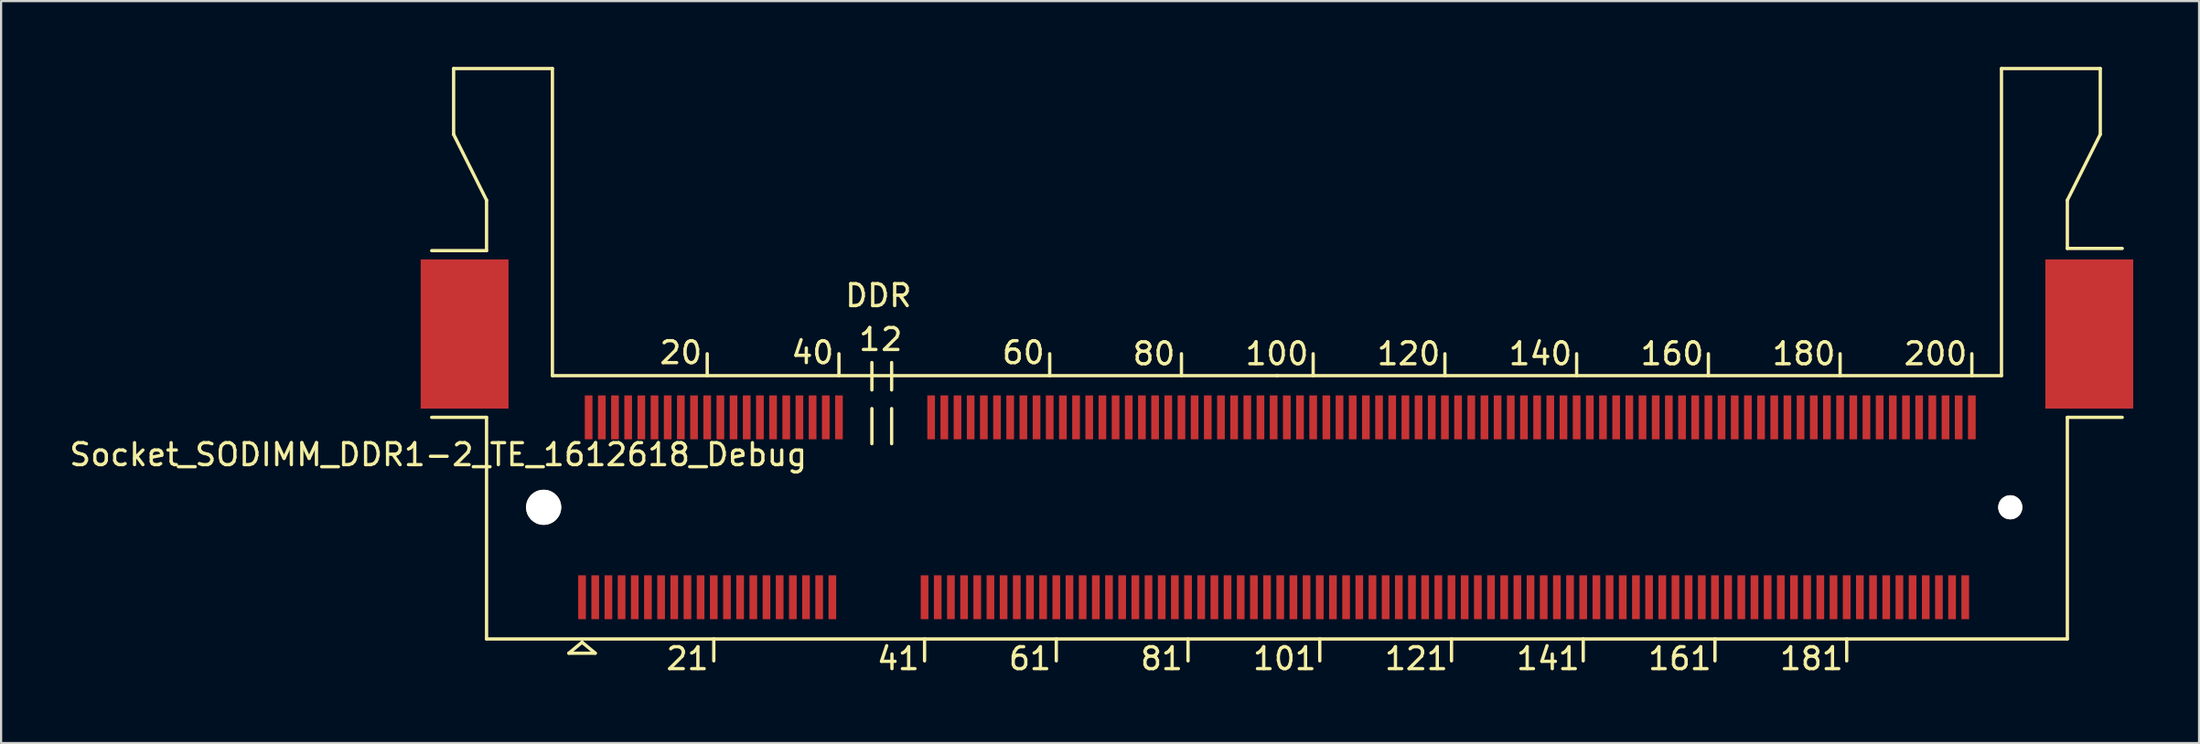
<source format=kicad_pcb>
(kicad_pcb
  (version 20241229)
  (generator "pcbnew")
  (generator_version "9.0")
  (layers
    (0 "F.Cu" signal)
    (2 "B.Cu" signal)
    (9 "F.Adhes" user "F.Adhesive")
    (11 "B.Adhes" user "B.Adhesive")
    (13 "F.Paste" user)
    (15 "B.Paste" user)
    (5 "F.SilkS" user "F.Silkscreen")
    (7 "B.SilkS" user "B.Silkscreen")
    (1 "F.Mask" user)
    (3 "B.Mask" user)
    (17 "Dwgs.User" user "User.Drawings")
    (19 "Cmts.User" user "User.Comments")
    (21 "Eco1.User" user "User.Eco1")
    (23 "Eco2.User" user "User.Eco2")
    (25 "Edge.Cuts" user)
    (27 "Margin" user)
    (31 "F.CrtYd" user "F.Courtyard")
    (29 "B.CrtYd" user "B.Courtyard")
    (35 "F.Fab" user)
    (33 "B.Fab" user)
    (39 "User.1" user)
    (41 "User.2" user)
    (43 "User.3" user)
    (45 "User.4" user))
  (footprint "Socket_SODIMM_DDR1-2_TE_1612618_Debug"
    (layer "F.Cu")
    (at 55.111 20.075)
    (property "Reference" "Socket_SODIMM_DDR1-2_TE_1612618_Debug" (at -38.2 -2.4 0) (layer "F.SilkS") (effects (font (size 1 1) (thickness 0.15))))
    (attr smd)
    (fp_line (start -37.5 -20) (end -37.5 -17) (stroke (width 0.15) (type solid)) (layer "F.SilkS"))
    (fp_line (start -37.5 -17) (end -36 -14) (stroke (width 0.15) (type solid)) (layer "F.SilkS"))
    (fp_line (start -36 -14) (end -36 -11.7) (stroke (width 0.15) (type solid)) (layer "F.SilkS"))
    (fp_line (start -36 -11.7) (end -38.5 -11.7) (stroke (width 0.15) (type solid)) (layer "F.SilkS"))
    (fp_line (start -36 -4.1) (end -38.5 -4.1) (stroke (width 0.15) (type solid)) (layer "F.SilkS"))
    (fp_line (start -36 -4.1) (end -36 6) (stroke (width 0.15) (type solid)) (layer "F.SilkS"))
    (fp_line (start -36 6) (end 36 6) (stroke (width 0.15) (type solid)) (layer "F.SilkS"))
    (fp_line (start -33 -20) (end -37.5 -20) (stroke (width 0.15) (type solid)) (layer "F.SilkS"))
    (fp_line (start -33 -6) (end -33 -20) (stroke (width 0.15) (type solid)) (layer "F.SilkS"))
    (fp_line (start -32.25 6.65) (end -31.65 6.15) (stroke (width 0.15) (type solid)) (layer "F.SilkS"))
    (fp_line (start -31.65 6.15) (end -31.05 6.65) (stroke (width 0.15) (type solid)) (layer "F.SilkS"))
    (fp_line (start -31.05 6.65) (end -32.25 6.65) (stroke (width 0.15) (type solid)) (layer "F.SilkS"))
    (fp_line (start -25.95 -6) (end -25.95 -7) (stroke (width 0.15) (type solid)) (layer "F.SilkS"))
    (fp_line (start -25.65 7) (end -25.65 6) (stroke (width 0.15) (type solid)) (layer "F.SilkS"))
    (fp_line (start -19.95 -6) (end -19.95 -7) (stroke (width 0.15) (type solid)) (layer "F.SilkS"))
    (fp_line (start -18.45 -5.35) (end -18.45 -6.6) (stroke (width 0.15) (type solid)) (layer "F.SilkS"))
    (fp_line (start -18.45 -4.5) (end -18.45 -2.9) (stroke (width 0.15) (type solid)) (layer "F.SilkS"))
    (fp_line (start -17.55 -5.35) (end -17.55 -6.6) (stroke (width 0.15) (type solid)) (layer "F.SilkS"))
    (fp_line (start -17.55 -4.5) (end -17.55 -2.9) (stroke (width 0.15) (type solid)) (layer "F.SilkS"))
    (fp_line (start -16.05 7) (end -16.05 6) (stroke (width 0.15) (type solid)) (layer "F.SilkS"))
    (fp_line (start -10.35 -6) (end -10.35 -7) (stroke (width 0.15) (type solid)) (layer "F.SilkS"))
    (fp_line (start -10.05 7) (end -10.05 6) (stroke (width 0.15) (type solid)) (layer "F.SilkS"))
    (fp_line (start -4.35 -6) (end -4.35 -7) (stroke (width 0.15) (type solid)) (layer "F.SilkS"))
    (fp_line (start -4.05 7) (end -4.05 6) (stroke (width 0.15) (type solid)) (layer "F.SilkS"))
    (fp_line (start 0 -6) (end -33 -6) (stroke (width 0.15) (type solid)) (layer "F.SilkS"))
    (fp_line (start 1.65 -6) (end 1.65 -7) (stroke (width 0.15) (type solid)) (layer "F.SilkS"))
    (fp_line (start 1.95 7) (end 1.95 6) (stroke (width 0.15) (type solid)) (layer "F.SilkS"))
    (fp_line (start 7.65 -6) (end 7.65 -7) (stroke (width 0.15) (type solid)) (layer "F.SilkS"))
    (fp_line (start 7.95 7) (end 7.95 6) (stroke (width 0.15) (type solid)) (layer "F.SilkS"))
    (fp_line (start 13.65 -6) (end 13.65 -7) (stroke (width 0.15) (type solid)) (layer "F.SilkS"))
    (fp_line (start 13.95 7) (end 13.95 6) (stroke (width 0.15) (type solid)) (layer "F.SilkS"))
    (fp_line (start 19.65 -6) (end 19.65 -7) (stroke (width 0.15) (type solid)) (layer "F.SilkS"))
    (fp_line (start 19.95 7) (end 19.95 6) (stroke (width 0.15) (type solid)) (layer "F.SilkS"))
    (fp_line (start 25.65 -6) (end 25.65 -7) (stroke (width 0.15) (type solid)) (layer "F.SilkS"))
    (fp_line (start 25.95 7) (end 25.95 6) (stroke (width 0.15) (type solid)) (layer "F.SilkS"))
    (fp_line (start 31.65 -6) (end 31.65 -7) (stroke (width 0.15) (type solid)) (layer "F.SilkS"))
    (fp_line (start 33 -20) (end 33 -6) (stroke (width 0.15) (type solid)) (layer "F.SilkS"))
    (fp_line (start 33 -6) (end 0 -6) (stroke (width 0.15) (type solid)) (layer "F.SilkS"))
    (fp_line (start 36 -14) (end 36 -11.8) (stroke (width 0.15) (type solid)) (layer "F.SilkS"))
    (fp_line (start 36 -14) (end 37.5 -17) (stroke (width 0.15) (type solid)) (layer "F.SilkS"))
    (fp_line (start 36 -11.8) (end 38.5 -11.8) (stroke (width 0.15) (type solid)) (layer "F.SilkS"))
    (fp_line (start 36 -4.1) (end 38.5 -4.1) (stroke (width 0.15) (type solid)) (layer "F.SilkS"))
    (fp_line (start 36 6) (end 36 -4.1) (stroke (width 0.15) (type solid)) (layer "F.SilkS"))
    (fp_line (start 37.5 -20) (end 33 -20) (stroke (width 0.15) (type solid)) (layer "F.SilkS"))
    (fp_line (start 37.5 -17) (end 37.5 -20) (stroke (width 0.15) (type solid)) (layer "F.SilkS"))
    (fp_text user "100" (at 0 -7 0) (layer "F.SilkS") (effects (font (size 1 1) (thickness 0.15))))
    (fp_text user "80" (at -5.6 -7 0) (layer "F.SilkS") (effects (font (size 1 1) (thickness 0.15))))
    (fp_text user "1" (at -18.55 -7.65 0) (layer "F.SilkS") (effects (font (size 1 1) (thickness 0.15))))
    (fp_text user "81" (at -5.25 6.9 0) (layer "F.SilkS") (effects (font (size 1 1) (thickness 0.15))))
    (fp_text user "141" (at 12.35 6.9 0) (layer "F.SilkS") (effects (font (size 1 1) (thickness 0.15))))
    (fp_text user "161" (at 18.35 6.9 0) (layer "F.SilkS") (effects (font (size 1 1) (thickness 0.15))))
    (fp_text user "120" (at 6 -7 0) (layer "F.SilkS") (effects (font (size 1 1) (thickness 0.15))))
    (fp_text user "180" (at 24 -7 0) (layer "F.SilkS") (effects (font (size 1 1) (thickness 0.15))))
    (fp_text user "101" (at 0.35 6.9 0) (layer "F.SilkS") (effects (font (size 1 1) (thickness 0.15))))
    (fp_text user "181" (at 24.35 6.9 0) (layer "F.SilkS") (effects (font (size 1 1) (thickness 0.15))))
    (fp_text user "121" (at 6.35 6.9 0) (layer "F.SilkS") (effects (font (size 1 1) (thickness 0.15))))
    (fp_text user "DDR" (at -18.15 -9.65 0) (layer "F.SilkS") (effects (font (size 1 1) (thickness 0.15))))
    (fp_text user "20" (at -27.15 -7.05 0) (layer "F.SilkS") (effects (font (size 1 1) (thickness 0.15))))
    (fp_text user "160" (at 18 -7 0) (layer "F.SilkS") (effects (font (size 1 1) (thickness 0.15))))
    (fp_text user "200" (at 30 -7 0) (layer "F.SilkS") (effects (font (size 1 1) (thickness 0.15))))
    (fp_text user "60" (at -11.55 -7.05 0) (layer "F.SilkS") (effects (font (size 1 1) (thickness 0.15))))
    (fp_text user "2" (at -17.55 -7.65 0) (layer "F.SilkS") (effects (font (size 1 1) (thickness 0.15))))
    (fp_text user "40" (at -21.15 -7.05 0) (layer "F.SilkS") (effects (font (size 1 1) (thickness 0.15))))
    (fp_text user "140" (at 12 -7 0) (layer "F.SilkS") (effects (font (size 1 1) (thickness 0.15))))
    (fp_text user "61" (at -11.25 6.9 0) (layer "F.SilkS") (effects (font (size 1 1) (thickness 0.15))))
    (fp_text user "21" (at -26.85 6.9 0) (layer "F.SilkS") (effects (font (size 1 1) (thickness 0.15))))
    (fp_text user "41" (at -17.25 6.9 0) (layer "F.SilkS") (effects (font (size 1 1) (thickness 0.15))))
    (pad "" smd rect (at -37 -7.9) (size 4 6.8) (layers "F.Cu" "F.Mask" "F.Paste"))
    (pad "" np_thru_hole circle (at -33.4 0) (size 1.6 1.6) (drill 1.6) (layers "*.Cu" "*.Mask" "F.SilkS"))
    (pad "" np_thru_hole circle (at 33.4 0) (size 1.1 1.1) (drill 1.1) (layers "*.Cu" "*.Mask" "F.SilkS"))
    (pad "" smd rect (at 37 -7.9) (size 4 6.8) (layers "F.Cu" "F.Mask" "F.Paste"))
    (pad "1" smd rect (at -31.65 4.1) (size 0.35 2) (layers "F.Cu" "F.Mask" "F.Paste"))
    (pad "2" smd rect (at -31.35 -4.1) (size 0.35 2) (layers "F.Cu" "F.Mask" "F.Paste"))
    (pad "3" smd rect (at -31.05 4.1) (size 0.35 2) (layers "F.Cu" "F.Mask" "F.Paste"))
    (pad "4" smd rect (at -30.75 -4.1) (size 0.35 2) (layers "F.Cu" "F.Mask" "F.Paste"))
    (pad "5" smd rect (at -30.45 4.1) (size 0.35 2) (layers "F.Cu" "F.Mask" "F.Paste"))
    (pad "6" smd rect (at -30.15 -4.1) (size 0.35 2) (layers "F.Cu" "F.Mask" "F.Paste"))
    (pad "7" smd rect (at -29.85 4.1) (size 0.35 2) (layers "F.Cu" "F.Mask" "F.Paste"))
    (pad "8" smd rect (at -29.55 -4.1) (size 0.35 2) (layers "F.Cu" "F.Mask" "F.Paste"))
    (pad "9" smd rect (at -29.25 4.1) (size 0.35 2) (layers "F.Cu" "F.Mask" "F.Paste"))
    (pad "10" smd rect (at -28.95 -4.1) (size 0.35 2) (layers "F.Cu" "F.Mask" "F.Paste"))
    (pad "11" smd rect (at -28.65 4.1) (size 0.35 2) (layers "F.Cu" "F.Mask" "F.Paste"))
    (pad "12" smd rect (at -28.35 -4.1) (size 0.35 2) (layers "F.Cu" "F.Mask" "F.Paste"))
    (pad "13" smd rect (at -28.05 4.1) (size 0.35 2) (layers "F.Cu" "F.Mask" "F.Paste"))
    (pad "14" smd rect (at -27.75 -4.1) (size 0.35 2) (layers "F.Cu" "F.Mask" "F.Paste"))
    (pad "15" smd rect (at -27.45 4.1) (size 0.35 2) (layers "F.Cu" "F.Mask" "F.Paste"))
    (pad "16" smd rect (at -27.15 -4.1) (size 0.35 2) (layers "F.Cu" "F.Mask" "F.Paste"))
    (pad "17" smd rect (at -26.85 4.1) (size 0.35 2) (layers "F.Cu" "F.Mask" "F.Paste"))
    (pad "18" smd rect (at -26.55 -4.1) (size 0.35 2) (layers "F.Cu" "F.Mask" "F.Paste"))
    (pad "19" smd rect (at -26.25 4.1) (size 0.35 2) (layers "F.Cu" "F.Mask" "F.Paste"))
    (pad "20" smd rect (at -25.95 -4.1) (size 0.35 2) (layers "F.Cu" "F.Mask" "F.Paste"))
    (pad "21" smd rect (at -25.65 4.1) (size 0.35 2) (layers "F.Cu" "F.Mask" "F.Paste"))
    (pad "22" smd rect (at -25.35 -4.1) (size 0.35 2) (layers "F.Cu" "F.Mask" "F.Paste"))
    (pad "23" smd rect (at -25.05 4.1) (size 0.35 2) (layers "F.Cu" "F.Mask" "F.Paste"))
    (pad "24" smd rect (at -24.75 -4.1) (size 0.35 2) (layers "F.Cu" "F.Mask" "F.Paste"))
    (pad "25" smd rect (at -24.45 4.1) (size 0.35 2) (layers "F.Cu" "F.Mask" "F.Paste"))
    (pad "26" smd rect (at -24.15 -4.1) (size 0.35 2) (layers "F.Cu" "F.Mask" "F.Paste"))
    (pad "27" smd rect (at -23.85 4.1) (size 0.35 2) (layers "F.Cu" "F.Mask" "F.Paste"))
    (pad "28" smd rect (at -23.55 -4.1) (size 0.35 2) (layers "F.Cu" "F.Mask" "F.Paste"))
    (pad "29" smd rect (at -23.25 4.1) (size 0.35 2) (layers "F.Cu" "F.Mask" "F.Paste"))
    (pad "30" smd rect (at -22.95 -4.1) (size 0.35 2) (layers "F.Cu" "F.Mask" "F.Paste"))
    (pad "31" smd rect (at -22.65 4.1) (size 0.35 2) (layers "F.Cu" "F.Mask" "F.Paste"))
    (pad "32" smd rect (at -22.35 -4.1) (size 0.35 2) (layers "F.Cu" "F.Mask" "F.Paste"))
    (pad "33" smd rect (at -22.05 4.1) (size 0.35 2) (layers "F.Cu" "F.Mask" "F.Paste"))
    (pad "34" smd rect (at -21.75 -4.1) (size 0.35 2) (layers "F.Cu" "F.Mask" "F.Paste"))
    (pad "35" smd rect (at -21.45 4.1) (size 0.35 2) (layers "F.Cu" "F.Mask" "F.Paste"))
    (pad "36" smd rect (at -21.15 -4.1) (size 0.35 2) (layers "F.Cu" "F.Mask" "F.Paste"))
    (pad "37" smd rect (at -20.85 4.1) (size 0.35 2) (layers "F.Cu" "F.Mask" "F.Paste"))
    (pad "38" smd rect (at -20.55 -4.1) (size 0.35 2) (layers "F.Cu" "F.Mask" "F.Paste"))
    (pad "39" smd rect (at -20.25 4.1) (size 0.35 2) (layers "F.Cu" "F.Mask" "F.Paste"))
    (pad "40" smd rect (at -19.95 -4.1) (size 0.35 2) (layers "F.Cu" "F.Mask" "F.Paste"))
    (pad "41" smd rect (at -16.05 4.1) (size 0.35 2) (layers "F.Cu" "F.Mask" "F.Paste"))
    (pad "42" smd rect (at -15.75 -4.1) (size 0.35 2) (layers "F.Cu" "F.Mask" "F.Paste"))
    (pad "43" smd rect (at -15.45 4.1) (size 0.35 2) (layers "F.Cu" "F.Mask" "F.Paste"))
    (pad "44" smd rect (at -15.15 -4.1) (size 0.35 2) (layers "F.Cu" "F.Mask" "F.Paste"))
    (pad "45" smd rect (at -14.85 4.1) (size 0.35 2) (layers "F.Cu" "F.Mask" "F.Paste"))
    (pad "46" smd rect (at -14.55 -4.1) (size 0.35 2) (layers "F.Cu" "F.Mask" "F.Paste"))
    (pad "47" smd rect (at -14.25 4.1) (size 0.35 2) (layers "F.Cu" "F.Mask" "F.Paste"))
    (pad "48" smd rect (at -13.95 -4.1) (size 0.35 2) (layers "F.Cu" "F.Mask" "F.Paste"))
    (pad "49" smd rect (at -13.65 4.1) (size 0.35 2) (layers "F.Cu" "F.Mask" "F.Paste"))
    (pad "50" smd rect (at -13.35 -4.1) (size 0.35 2) (layers "F.Cu" "F.Mask" "F.Paste"))
    (pad "51" smd rect (at -13.05 4.1) (size 0.35 2) (layers "F.Cu" "F.Mask" "F.Paste"))
    (pad "52" smd rect (at -12.75 -4.1) (size 0.35 2) (layers "F.Cu" "F.Mask" "F.Paste"))
    (pad "53" smd rect (at -12.45 4.1) (size 0.35 2) (layers "F.Cu" "F.Mask" "F.Paste"))
    (pad "54" smd rect (at -12.15 -4.1) (size 0.35 2) (layers "F.Cu" "F.Mask" "F.Paste"))
    (pad "55" smd rect (at -11.85 4.1) (size 0.35 2) (layers "F.Cu" "F.Mask" "F.Paste"))
    (pad "56" smd rect (at -11.55 -4.1) (size 0.35 2) (layers "F.Cu" "F.Mask" "F.Paste"))
    (pad "57" smd rect (at -11.25 4.1) (size 0.35 2) (layers "F.Cu" "F.Mask" "F.Paste"))
    (pad "58" smd rect (at -10.95 -4.1) (size 0.35 2) (layers "F.Cu" "F.Mask" "F.Paste"))
    (pad "59" smd rect (at -10.65 4.1) (size 0.35 2) (layers "F.Cu" "F.Mask" "F.Paste"))
    (pad "60" smd rect (at -10.35 -4.1) (size 0.35 2) (layers "F.Cu" "F.Mask" "F.Paste"))
    (pad "61" smd rect (at -10.05 4.1) (size 0.35 2) (layers "F.Cu" "F.Mask" "F.Paste"))
    (pad "62" smd rect (at -9.75 -4.1) (size 0.35 2) (layers "F.Cu" "F.Mask" "F.Paste"))
    (pad "63" smd rect (at -9.45 4.1) (size 0.35 2) (layers "F.Cu" "F.Mask" "F.Paste"))
    (pad "64" smd rect (at -9.15 -4.1) (size 0.35 2) (layers "F.Cu" "F.Mask" "F.Paste"))
    (pad "65" smd rect (at -8.85 4.1) (size 0.35 2) (layers "F.Cu" "F.Mask" "F.Paste"))
    (pad "66" smd rect (at -8.55 -4.1) (size 0.35 2) (layers "F.Cu" "F.Mask" "F.Paste"))
    (pad "67" smd rect (at -8.25 4.1) (size 0.35 2) (layers "F.Cu" "F.Mask" "F.Paste"))
    (pad "68" smd rect (at -7.95 -4.1) (size 0.35 2) (layers "F.Cu" "F.Mask" "F.Paste"))
    (pad "69" smd rect (at -7.65 4.1) (size 0.35 2) (layers "F.Cu" "F.Mask" "F.Paste"))
    (pad "70" smd rect (at -7.35 -4.1) (size 0.35 2) (layers "F.Cu" "F.Mask" "F.Paste"))
    (pad "71" smd rect (at -7.05 4.1) (size 0.35 2) (layers "F.Cu" "F.Mask" "F.Paste"))
    (pad "72" smd rect (at -6.75 -4.1) (size 0.35 2) (layers "F.Cu" "F.Mask" "F.Paste"))
    (pad "73" smd rect (at -6.45 4.1) (size 0.35 2) (layers "F.Cu" "F.Mask" "F.Paste"))
    (pad "74" smd rect (at -6.15 -4.1) (size 0.35 2) (layers "F.Cu" "F.Mask" "F.Paste"))
    (pad "75" smd rect (at -5.85 4.1) (size 0.35 2) (layers "F.Cu" "F.Mask" "F.Paste"))
    (pad "76" smd rect (at -5.55 -4.1) (size 0.35 2) (layers "F.Cu" "F.Mask" "F.Paste"))
    (pad "77" smd rect (at -5.25 4.1) (size 0.35 2) (layers "F.Cu" "F.Mask" "F.Paste"))
    (pad "78" smd rect (at -4.95 -4.1) (size 0.35 2) (layers "F.Cu" "F.Mask" "F.Paste"))
    (pad "79" smd rect (at -4.65 4.1) (size 0.35 2) (layers "F.Cu" "F.Mask" "F.Paste"))
    (pad "80" smd rect (at -4.35 -4.1) (size 0.35 2) (layers "F.Cu" "F.Mask" "F.Paste"))
    (pad "81" smd rect (at -4.05 4.1) (size 0.35 2) (layers "F.Cu" "F.Mask" "F.Paste"))
    (pad "82" smd rect (at -3.75 -4.1) (size 0.35 2) (layers "F.Cu" "F.Mask" "F.Paste"))
    (pad "83" smd rect (at -3.45 4.1) (size 0.35 2) (layers "F.Cu" "F.Mask" "F.Paste"))
    (pad "84" smd rect (at -3.15 -4.1) (size 0.35 2) (layers "F.Cu" "F.Mask" "F.Paste"))
    (pad "85" smd rect (at -2.85 4.1) (size 0.35 2) (layers "F.Cu" "F.Mask" "F.Paste"))
    (pad "86" smd rect (at -2.55 -4.1) (size 0.35 2) (layers "F.Cu" "F.Mask" "F.Paste"))
    (pad "87" smd rect (at -2.25 4.1) (size 0.35 2) (layers "F.Cu" "F.Mask" "F.Paste"))
    (pad "88" smd rect (at -1.95 -4.1) (size 0.35 2) (layers "F.Cu" "F.Mask" "F.Paste"))
    (pad "89" smd rect (at -1.65 4.1) (size 0.35 2) (layers "F.Cu" "F.Mask" "F.Paste"))
    (pad "90" smd rect (at -1.35 -4.1) (size 0.35 2) (layers "F.Cu" "F.Mask" "F.Paste"))
    (pad "91" smd rect (at -1.05 4.1) (size 0.35 2) (layers "F.Cu" "F.Mask" "F.Paste"))
    (pad "92" smd rect (at -0.75 -4.1) (size 0.35 2) (layers "F.Cu" "F.Mask" "F.Paste"))
    (pad "93" smd rect (at -0.45 4.1) (size 0.35 2) (layers "F.Cu" "F.Mask" "F.Paste"))
    (pad "94" smd rect (at -0.15 -4.1) (size 0.35 2) (layers "F.Cu" "F.Mask" "F.Paste"))
    (pad "95" smd rect (at 0.15 4.1) (size 0.35 2) (layers "F.Cu" "F.Mask" "F.Paste"))
    (pad "96" smd rect (at 0.45 -4.1) (size 0.35 2) (layers "F.Cu" "F.Mask" "F.Paste"))
    (pad "97" smd rect (at 0.75 4.1) (size 0.35 2) (layers "F.Cu" "F.Mask" "F.Paste"))
    (pad "98" smd rect (at 1.05 -4.1) (size 0.35 2) (layers "F.Cu" "F.Mask" "F.Paste"))
    (pad "99" smd rect (at 1.35 4.1) (size 0.35 2) (layers "F.Cu" "F.Mask" "F.Paste"))
    (pad "100" smd rect (at 1.65 -4.1) (size 0.35 2) (layers "F.Cu" "F.Mask" "F.Paste"))
    (pad "101" smd rect (at 1.95 4.1) (size 0.35 2) (layers "F.Cu" "F.Mask" "F.Paste"))
    (pad "102" smd rect (at 2.25 -4.1) (size 0.35 2) (layers "F.Cu" "F.Mask" "F.Paste"))
    (pad "103" smd rect (at 2.55 4.1) (size 0.35 2) (layers "F.Cu" "F.Mask" "F.Paste"))
    (pad "104" smd rect (at 2.85 -4.1) (size 0.35 2) (layers "F.Cu" "F.Mask" "F.Paste"))
    (pad "105" smd rect (at 3.15 4.1) (size 0.35 2) (layers "F.Cu" "F.Mask" "F.Paste"))
    (pad "106" smd rect (at 3.45 -4.1) (size 0.35 2) (layers "F.Cu" "F.Mask" "F.Paste"))
    (pad "107" smd rect (at 3.75 4.1) (size 0.35 2) (layers "F.Cu" "F.Mask" "F.Paste"))
    (pad "108" smd rect (at 4.05 -4.1) (size 0.35 2) (layers "F.Cu" "F.Mask" "F.Paste"))
    (pad "109" smd rect (at 4.35 4.1) (size 0.35 2) (layers "F.Cu" "F.Mask" "F.Paste"))
    (pad "110" smd rect (at 4.65 -4.1) (size 0.35 2) (layers "F.Cu" "F.Mask" "F.Paste"))
    (pad "111" smd rect (at 4.95 4.1) (size 0.35 2) (layers "F.Cu" "F.Mask" "F.Paste"))
    (pad "112" smd rect (at 5.25 -4.1) (size 0.35 2) (layers "F.Cu" "F.Mask" "F.Paste"))
    (pad "113" smd rect (at 5.55 4.1) (size 0.35 2) (layers "F.Cu" "F.Mask" "F.Paste"))
    (pad "114" smd rect (at 5.85 -4.1) (size 0.35 2) (layers "F.Cu" "F.Mask" "F.Paste"))
    (pad "115" smd rect (at 6.15 4.1) (size 0.35 2) (layers "F.Cu" "F.Mask" "F.Paste"))
    (pad "116" smd rect (at 6.45 -4.1) (size 0.35 2) (layers "F.Cu" "F.Mask" "F.Paste"))
    (pad "117" smd rect (at 6.75 4.1) (size 0.35 2) (layers "F.Cu" "F.Mask" "F.Paste"))
    (pad "118" smd rect (at 7.05 -4.1) (size 0.35 2) (layers "F.Cu" "F.Mask" "F.Paste"))
    (pad "119" smd rect (at 7.35 4.1) (size 0.35 2) (layers "F.Cu" "F.Mask" "F.Paste"))
    (pad "120" smd rect (at 7.65 -4.1) (size 0.35 2) (layers "F.Cu" "F.Mask" "F.Paste"))
    (pad "121" smd rect (at 7.95 4.1) (size 0.35 2) (layers "F.Cu" "F.Mask" "F.Paste"))
    (pad "122" smd rect (at 8.25 -4.1) (size 0.35 2) (layers "F.Cu" "F.Mask" "F.Paste"))
    (pad "123" smd rect (at 8.55 4.1) (size 0.35 2) (layers "F.Cu" "F.Mask" "F.Paste"))
    (pad "124" smd rect (at 8.85 -4.1) (size 0.35 2) (layers "F.Cu" "F.Mask" "F.Paste"))
    (pad "125" smd rect (at 9.15 4.1) (size 0.35 2) (layers "F.Cu" "F.Mask" "F.Paste"))
    (pad "126" smd rect (at 9.45 -4.1) (size 0.35 2) (layers "F.Cu" "F.Mask" "F.Paste"))
    (pad "127" smd rect (at 9.75 4.1) (size 0.35 2) (layers "F.Cu" "F.Mask" "F.Paste"))
    (pad "128" smd rect (at 10.05 -4.1) (size 0.35 2) (layers "F.Cu" "F.Mask" "F.Paste"))
    (pad "129" smd rect (at 10.35 4.1) (size 0.35 2) (layers "F.Cu" "F.Mask" "F.Paste"))
    (pad "130" smd rect (at 10.65 -4.1) (size 0.35 2) (layers "F.Cu" "F.Mask" "F.Paste"))
    (pad "131" smd rect (at 10.95 4.1) (size 0.35 2) (layers "F.Cu" "F.Mask" "F.Paste"))
    (pad "132" smd rect (at 11.25 -4.1) (size 0.35 2) (layers "F.Cu" "F.Mask" "F.Paste"))
    (pad "133" smd rect (at 11.55 4.1) (size 0.35 2) (layers "F.Cu" "F.Mask" "F.Paste"))
    (pad "134" smd rect (at 11.85 -4.1) (size 0.35 2) (layers "F.Cu" "F.Mask" "F.Paste"))
    (pad "135" smd rect (at 12.15 4.1) (size 0.35 2) (layers "F.Cu" "F.Mask" "F.Paste"))
    (pad "136" smd rect (at 12.45 -4.1) (size 0.35 2) (layers "F.Cu" "F.Mask" "F.Paste"))
    (pad "137" smd rect (at 12.75 4.1) (size 0.35 2) (layers "F.Cu" "F.Mask" "F.Paste"))
    (pad "138" smd rect (at 13.05 -4.1) (size 0.35 2) (layers "F.Cu" "F.Mask" "F.Paste"))
    (pad "139" smd rect (at 13.35 4.1) (size 0.35 2) (layers "F.Cu" "F.Mask" "F.Paste"))
    (pad "140" smd rect (at 13.65 -4.1) (size 0.35 2) (layers "F.Cu" "F.Mask" "F.Paste"))
    (pad "141" smd rect (at 13.95 4.1) (size 0.35 2) (layers "F.Cu" "F.Mask" "F.Paste"))
    (pad "142" smd rect (at 14.25 -4.1) (size 0.35 2) (layers "F.Cu" "F.Mask" "F.Paste"))
    (pad "143" smd rect (at 14.55 4.1) (size 0.35 2) (layers "F.Cu" "F.Mask" "F.Paste"))
    (pad "144" smd rect (at 14.85 -4.1) (size 0.35 2) (layers "F.Cu" "F.Mask" "F.Paste"))
    (pad "145" smd rect (at 15.15 4.1) (size 0.35 2) (layers "F.Cu" "F.Mask" "F.Paste"))
    (pad "146" smd rect (at 15.45 -4.1) (size 0.35 2) (layers "F.Cu" "F.Mask" "F.Paste"))
    (pad "147" smd rect (at 15.75 4.1) (size 0.35 2) (layers "F.Cu" "F.Mask" "F.Paste"))
    (pad "148" smd rect (at 16.05 -4.1) (size 0.35 2) (layers "F.Cu" "F.Mask" "F.Paste"))
    (pad "149" smd rect (at 16.35 4.1) (size 0.35 2) (layers "F.Cu" "F.Mask" "F.Paste"))
    (pad "150" smd rect (at 16.65 -4.1) (size 0.35 2) (layers "F.Cu" "F.Mask" "F.Paste"))
    (pad "151" smd rect (at 16.95 4.1) (size 0.35 2) (layers "F.Cu" "F.Mask" "F.Paste"))
    (pad "152" smd rect (at 17.25 -4.1) (size 0.35 2) (layers "F.Cu" "F.Mask" "F.Paste"))
    (pad "153" smd rect (at 17.55 4.1) (size 0.35 2) (layers "F.Cu" "F.Mask" "F.Paste"))
    (pad "154" smd rect (at 17.85 -4.1) (size 0.35 2) (layers "F.Cu" "F.Mask" "F.Paste"))
    (pad "155" smd rect (at 18.15 4.1) (size 0.35 2) (layers "F.Cu" "F.Mask" "F.Paste"))
    (pad "156" smd rect (at 18.45 -4.1) (size 0.35 2) (layers "F.Cu" "F.Mask" "F.Paste"))
    (pad "157" smd rect (at 18.75 4.1) (size 0.35 2) (layers "F.Cu" "F.Mask" "F.Paste"))
    (pad "158" smd rect (at 19.05 -4.1) (size 0.35 2) (layers "F.Cu" "F.Mask" "F.Paste"))
    (pad "159" smd rect (at 19.35 4.1) (size 0.35 2) (layers "F.Cu" "F.Mask" "F.Paste"))
    (pad "160" smd rect (at 19.65 -4.1) (size 0.35 2) (layers "F.Cu" "F.Mask" "F.Paste"))
    (pad "161" smd rect (at 19.95 4.1) (size 0.35 2) (layers "F.Cu" "F.Mask" "F.Paste"))
    (pad "162" smd rect (at 20.25 -4.1) (size 0.35 2) (layers "F.Cu" "F.Mask" "F.Paste"))
    (pad "163" smd rect (at 20.55 4.1) (size 0.35 2) (layers "F.Cu" "F.Mask" "F.Paste"))
    (pad "164" smd rect (at 20.85 -4.1) (size 0.35 2) (layers "F.Cu" "F.Mask" "F.Paste"))
    (pad "165" smd rect (at 21.15 4.1) (size 0.35 2) (layers "F.Cu" "F.Mask" "F.Paste"))
    (pad "166" smd rect (at 21.45 -4.1) (size 0.35 2) (layers "F.Cu" "F.Mask" "F.Paste"))
    (pad "167" smd rect (at 21.75 4.1) (size 0.35 2) (layers "F.Cu" "F.Mask" "F.Paste"))
    (pad "168" smd rect (at 22.05 -4.1) (size 0.35 2) (layers "F.Cu" "F.Mask" "F.Paste"))
    (pad "169" smd rect (at 22.35 4.1) (size 0.35 2) (layers "F.Cu" "F.Mask" "F.Paste"))
    (pad "170" smd rect (at 22.65 -4.1) (size 0.35 2) (layers "F.Cu" "F.Mask" "F.Paste"))
    (pad "171" smd rect (at 22.95 4.1) (size 0.35 2) (layers "F.Cu" "F.Mask" "F.Paste"))
    (pad "172" smd rect (at 23.25 -4.1) (size 0.35 2) (layers "F.Cu" "F.Mask" "F.Paste"))
    (pad "173" smd rect (at 23.55 4.1) (size 0.35 2) (layers "F.Cu" "F.Mask" "F.Paste"))
    (pad "174" smd rect (at 23.85 -4.1) (size 0.35 2) (layers "F.Cu" "F.Mask" "F.Paste"))
    (pad "175" smd rect (at 24.15 4.1) (size 0.35 2) (layers "F.Cu" "F.Mask" "F.Paste"))
    (pad "176" smd rect (at 24.45 -4.1) (size 0.35 2) (layers "F.Cu" "F.Mask" "F.Paste"))
    (pad "177" smd rect (at 24.75 4.1) (size 0.35 2) (layers "F.Cu" "F.Mask" "F.Paste"))
    (pad "178" smd rect (at 25.05 -4.1) (size 0.35 2) (layers "F.Cu" "F.Mask" "F.Paste"))
    (pad "179" smd rect (at 25.35 4.1) (size 0.35 2) (layers "F.Cu" "F.Mask" "F.Paste"))
    (pad "180" smd rect (at 25.65 -4.1) (size 0.35 2) (layers "F.Cu" "F.Mask" "F.Paste"))
    (pad "181" smd rect (at 25.95 4.1) (size 0.35 2) (layers "F.Cu" "F.Mask" "F.Paste"))
    (pad "182" smd rect (at 26.25 -4.1) (size 0.35 2) (layers "F.Cu" "F.Mask" "F.Paste"))
    (pad "183" smd rect (at 26.55 4.1) (size 0.35 2) (layers "F.Cu" "F.Mask" "F.Paste"))
    (pad "184" smd rect (at 26.85 -4.1) (size 0.35 2) (layers "F.Cu" "F.Mask" "F.Paste"))
    (pad "185" smd rect (at 27.15 4.1) (size 0.35 2) (layers "F.Cu" "F.Mask" "F.Paste"))
    (pad "186" smd rect (at 27.45 -4.1) (size 0.35 2) (layers "F.Cu" "F.Mask" "F.Paste"))
    (pad "187" smd rect (at 27.75 4.1) (size 0.35 2) (layers "F.Cu" "F.Mask" "F.Paste"))
    (pad "188" smd rect (at 28.05 -4.1) (size 0.35 2) (layers "F.Cu" "F.Mask" "F.Paste"))
    (pad "189" smd rect (at 28.35 4.1) (size 0.35 2) (layers "F.Cu" "F.Mask" "F.Paste"))
    (pad "190" smd rect (at 28.65 -4.1) (size 0.35 2) (layers "F.Cu" "F.Mask" "F.Paste"))
    (pad "191" smd rect (at 28.95 4.1) (size 0.35 2) (layers "F.Cu" "F.Mask" "F.Paste"))
    (pad "192" smd rect (at 29.25 -4.1) (size 0.35 2) (layers "F.Cu" "F.Mask" "F.Paste"))
    (pad "193" smd rect (at 29.55 4.1) (size 0.35 2) (layers "F.Cu" "F.Mask" "F.Paste"))
    (pad "194" smd rect (at 29.85 -4.1) (size 0.35 2) (layers "F.Cu" "F.Mask" "F.Paste"))
    (pad "195" smd rect (at 30.15 4.1) (size 0.35 2) (layers "F.Cu" "F.Mask" "F.Paste"))
    (pad "196" smd rect (at 30.45 -4.1) (size 0.35 2) (layers "F.Cu" "F.Mask" "F.Paste"))
    (pad "197" smd rect (at 30.75 4.1) (size 0.35 2) (layers "F.Cu" "F.Mask" "F.Paste"))
    (pad "198" smd rect (at 31.05 -4.1) (size 0.35 2) (layers "F.Cu" "F.Mask" "F.Paste"))
    (pad "199" smd rect (at 31.35 4.1) (size 0.35 2) (layers "F.Cu" "F.Mask" "F.Paste"))
    (pad "200" smd rect (at 31.65 -4.1) (size 0.35 2) (layers "F.Cu" "F.Mask" "F.Paste")))
  (gr_rect
    (start -3 -3)
    (end 97.111 30.823)
    (stroke (width 0.1) (type default))
    (fill no)
    (layer "Edge.Cuts")))
</source>
